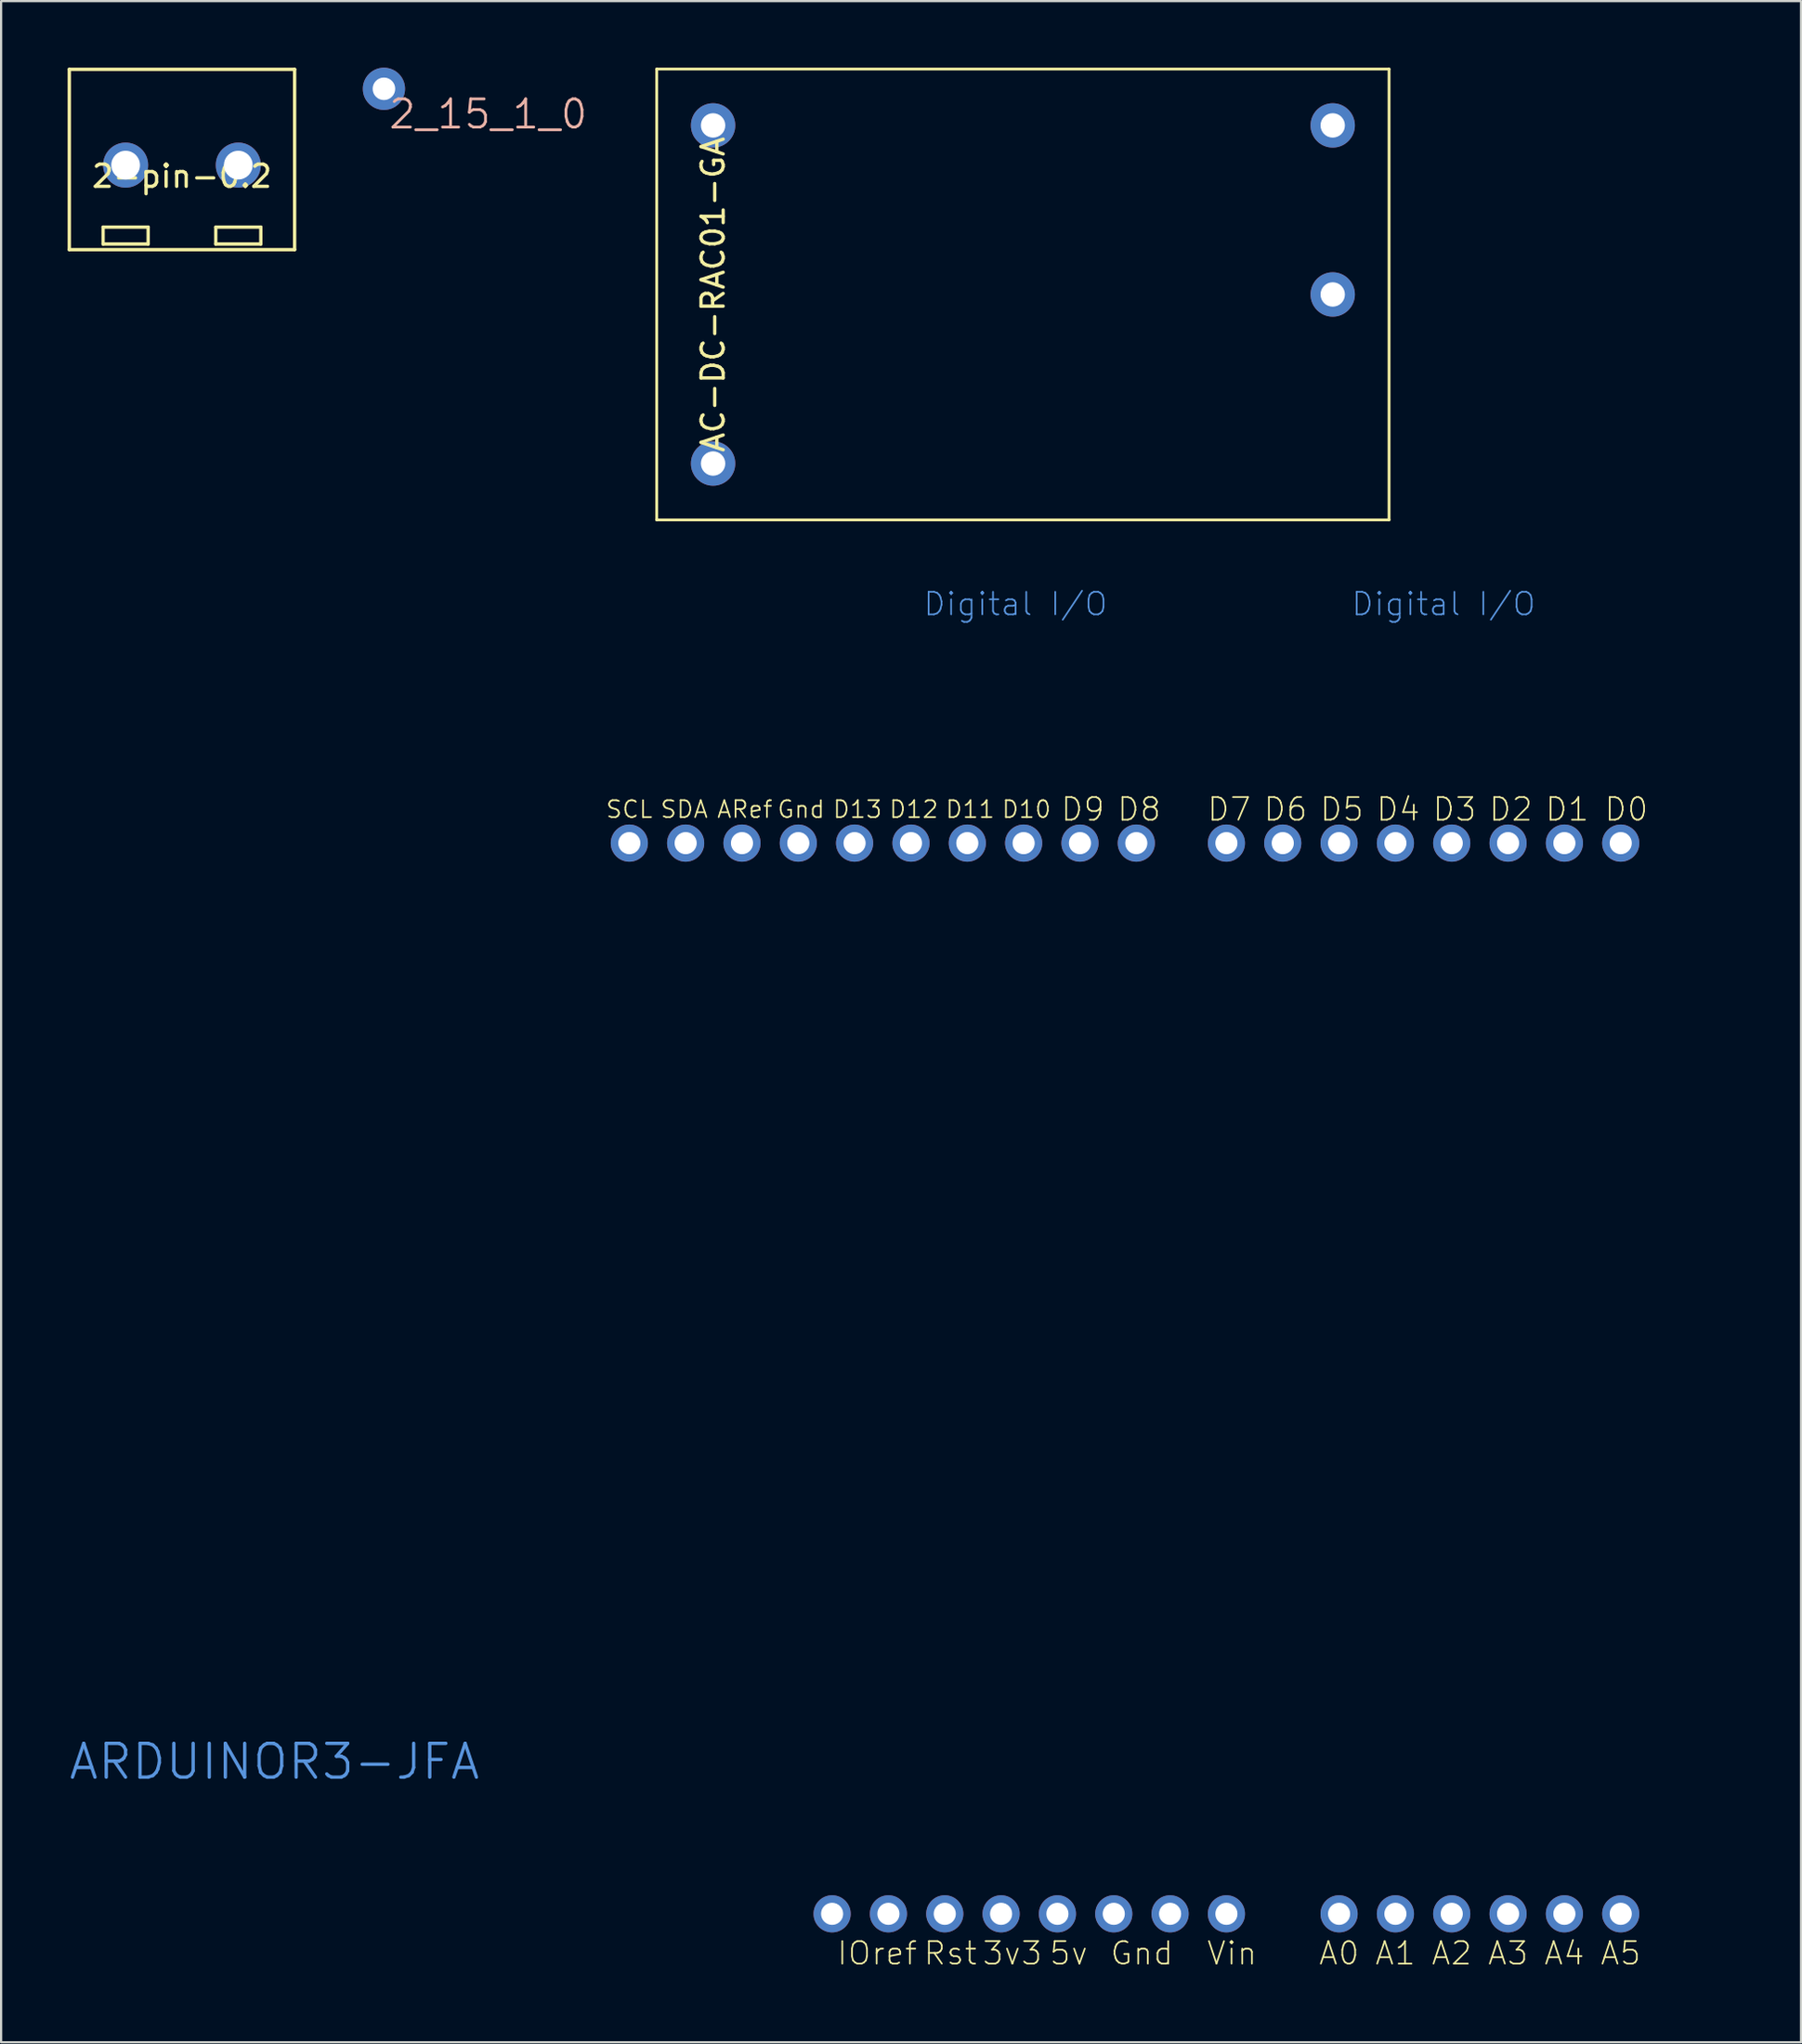
<source format=kicad_pcb>
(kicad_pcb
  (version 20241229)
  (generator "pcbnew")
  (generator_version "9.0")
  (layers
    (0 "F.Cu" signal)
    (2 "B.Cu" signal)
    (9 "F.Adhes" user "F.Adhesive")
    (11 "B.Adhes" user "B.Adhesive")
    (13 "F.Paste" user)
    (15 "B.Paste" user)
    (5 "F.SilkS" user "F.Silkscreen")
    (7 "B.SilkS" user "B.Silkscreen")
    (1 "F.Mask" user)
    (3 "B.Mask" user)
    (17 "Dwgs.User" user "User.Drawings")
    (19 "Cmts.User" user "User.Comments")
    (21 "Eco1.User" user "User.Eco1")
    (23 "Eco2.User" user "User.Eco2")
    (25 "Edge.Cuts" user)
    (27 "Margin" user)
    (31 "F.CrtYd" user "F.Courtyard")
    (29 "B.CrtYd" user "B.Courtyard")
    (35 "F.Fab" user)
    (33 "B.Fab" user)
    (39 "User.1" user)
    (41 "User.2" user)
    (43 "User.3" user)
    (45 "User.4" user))
  (footprint "AC-DC-RAC01-GA"
    (layer "F.Cu")
    (at 29.104 17.843)
    (property "Reference" "AC-DC-RAC01-GA" (at 0 -7.62 90) (layer "F.SilkS") (effects (font (size 1 1) (thickness 0.15))))
    (attr through_hole)
    (fp_line (start -2.54 -17.78) (end 30.48 -17.78) (stroke (width 0.127) (type solid)) (layer "F.SilkS"))
    (fp_line (start -2.54 2.54) (end -2.54 -17.78) (stroke (width 0.127) (type solid)) (layer "F.SilkS"))
    (fp_line (start 30.48 -17.78) (end 30.48 2.54) (stroke (width 0.127) (type solid)) (layer "F.SilkS"))
    (fp_line (start 30.48 2.54) (end -2.54 2.54) (stroke (width 0.127) (type solid)) (layer "F.SilkS"))
    (pad "1" thru_hole circle (at 0 0) (size 2 2) (drill 1.1) (layers "*.Cu" "*.Mask"))
    (pad "2" thru_hole circle (at 0 -15.24) (size 2 2) (drill 1.1) (layers "*.Cu" "*.Mask"))
    (pad "3" thru_hole circle (at 27.94 -15.24) (size 2 2) (drill 1.1) (layers "*.Cu" "*.Mask"))
    (pad "4" thru_hole circle (at 27.94 -7.62) (size 2 2) (drill 1.1) (layers "*.Cu" "*.Mask")))
  (footprint "ARDUINOR3-JFA"
    (layer "F.Cu")
    (at 6.531 85.753)
    (property "Reference" "ARDUINOR3-JFA" (at 2.794 -9.398 0) (layer "Cmts.User") (effects (font (size 1.524 1.524) (thickness 0.15))))
    (attr exclude_from_pos_files exclude_from_bom)
    (fp_line (start 0 -53.34) (end 0 0) (stroke (width 0.1) (type solid)) (layer "Eco2.User"))
    (fp_line (start 0 -53.34) (end 63.5 -53.34) (stroke (width 0.127) (type solid)) (layer "Eco2.User"))
    (fp_line (start 0 0) (end 66.04 0) (stroke (width 0.127) (type solid)) (layer "Eco2.User"))
    (fp_line (start 63.5 -53.34) (end 64.516 -53.34) (stroke (width 0.127) (type solid)) (layer "Eco2.User"))
    (fp_line (start 66.04 -51.816) (end 64.516 -53.34) (stroke (width 0.1) (type solid)) (layer "Eco2.User"))
    (fp_line (start 66.04 -40.386) (end 66.04 -51.816) (stroke (width 0.1) (type solid)) (layer "Eco2.User"))
    (fp_line (start 66.04 -2.54) (end 68.58 -5.08) (stroke (width 0.1) (type solid)) (layer "Eco2.User"))
    (fp_line (start 66.04 0) (end 66.04 -2.54) (stroke (width 0.1) (type solid)) (layer "Eco2.User"))
    (fp_line (start 68.58 -37.846) (end 66.04 -40.386) (stroke (width 0.1) (type solid)) (layer "Eco2.User"))
    (fp_line (start 68.58 -5.08) (end 68.58 -37.846) (stroke (width 0.1) (type solid)) (layer "Eco2.User"))
    (fp_text user "5v" (at 38.608 -0.762 0) (layer "F.SilkS") (effects (font (size 1.016 1.016) (thickness 0.076))))
    (fp_text user "D11" (at 34.163 -52.324 0) (layer "F.SilkS") (effects (font (size 0.762 0.762) (thickness 0.076))))
    (fp_text user "D6" (at 48.387 -52.324 0) (layer "F.SilkS") (effects (font (size 1.016 1.016) (thickness 0.076))))
    (fp_text user "D5" (at 50.927 -52.324 0) (layer "F.SilkS") (effects (font (size 1.016 1.016) (thickness 0.076))))
    (fp_text user "SDA" (at 21.273 -52.324 0) (layer "F.SilkS") (effects (font (size 0.762 0.762) (thickness 0.076))))
    (fp_text user "A0" (at 50.8 -0.762 0) (layer "F.SilkS") (effects (font (size 1.016 1.016) (thickness 0.076))))
    (fp_text user "D10" (at 36.703 -52.324 0) (layer "F.SilkS") (effects (font (size 0.762 0.762) (thickness 0.076))))
    (fp_text user "A5" (at 63.5 -0.762 0) (layer "F.SilkS") (effects (font (size 1.016 1.016) (thickness 0.076))))
    (fp_text user "D12" (at 31.623 -52.324 0) (layer "F.SilkS") (effects (font (size 0.762 0.762) (thickness 0.076))))
    (fp_text user "D8" (at 41.783 -52.324 0) (layer "F.SilkS") (effects (font (size 1.016 1.016) (thickness 0.076))))
    (fp_text user "ARef" (at 24.003 -52.324 0) (layer "F.SilkS") (effects (font (size 0.762 0.762) (thickness 0.076))))
    (fp_text user "Vin" (at 45.974 -0.762 0) (layer "F.SilkS") (effects (font (size 1.016 1.016) (thickness 0.076))))
    (fp_text user "D7" (at 45.847 -52.324 0) (layer "F.SilkS") (effects (font (size 1.016 1.016) (thickness 0.076))))
    (fp_text user "D4" (at 53.467 -52.324 0) (layer "F.SilkS") (effects (font (size 1.016 1.016) (thickness 0.076))))
    (fp_text user "D13" (at 29.083 -52.324 0) (layer "F.SilkS") (effects (font (size 0.762 0.762) (thickness 0.076))))
    (fp_text user "D9" (at 39.243 -52.324 0) (layer "F.SilkS") (effects (font (size 1.016 1.016) (thickness 0.076))))
    (fp_text user "SCL" (at 18.796 -52.324 0) (layer "F.SilkS") (effects (font (size 0.762 0.762) (thickness 0.076))))
    (fp_text user "A3" (at 58.42 -0.762 0) (layer "F.SilkS") (effects (font (size 1.016 1.016) (thickness 0.076))))
    (fp_text user "D0" (at 63.754 -52.324 0) (layer "F.SilkS") (effects (font (size 1.016 1.016) (thickness 0.076))))
    (fp_text user "3v3" (at 36.068 -0.762 0) (layer "F.SilkS") (effects (font (size 1.016 1.016) (thickness 0.076))))
    (fp_text user "IOref" (at 29.972 -0.762 0) (layer "F.SilkS") (effects (font (size 1.016 1.016) (thickness 0.076))))
    (fp_text user "D1" (at 61.084 -52.324 0) (layer "F.SilkS") (effects (font (size 1.016 1.016) (thickness 0.076))))
    (fp_text user "Gnd" (at 26.543 -52.324 0) (layer "F.SilkS") (effects (font (size 0.762 0.762) (thickness 0.076))))
    (fp_text user "D3" (at 56.007 -52.324 0) (layer "F.SilkS") (effects (font (size 1.016 1.016) (thickness 0.076))))
    (fp_text user "Gnd" (at 41.91 -0.762 0) (layer "F.SilkS") (effects (font (size 1.016 1.016) (thickness 0.076))))
    (fp_text user "A1" (at 53.34 -0.762 0) (layer "F.SilkS") (effects (font (size 1.016 1.016) (thickness 0.076))))
    (fp_text user "Rst" (at 33.274 -0.762 0) (layer "F.SilkS") (effects (font (size 1.016 1.016) (thickness 0.076))))
    (fp_text user "A4" (at 60.96 -0.762 0) (layer "F.SilkS") (effects (font (size 1.016 1.016) (thickness 0.076))))
    (fp_text user "D2" (at 58.547 -52.324 0) (layer "F.SilkS") (effects (font (size 1.016 1.016) (thickness 0.076))))
    (fp_text user "A2" (at 55.88 -0.762 0) (layer "F.SilkS") (effects (font (size 1.016 1.016) (thickness 0.076))))
    (fp_text user "Digital I/O" (at 55.515 -61.578 0) (layer "Cmts.User") (effects (font (size 1.016 1.016) (thickness 0.076))))
    (fp_text user "Digital I/O" (at 36.211 -61.578 0) (layer "Cmts.User") (effects (font (size 1.016 1.016) (thickness 0.076))))
    (pad "3V" thru_hole circle (at 35.56 -2.54) (size 1.676 1.676) (drill 0.998) (layers "*.Cu" "*.Mask"))
    (pad "5V" thru_hole circle (at 38.1 -2.54) (size 1.676 1.676) (drill 0.998) (layers "*.Cu" "*.Mask"))
    (pad "A0" thru_hole circle (at 50.8 -2.54) (size 1.676 1.676) (drill 0.998) (layers "*.Cu" "*.Mask"))
    (pad "A1" thru_hole circle (at 53.34 -2.54) (size 1.676 1.676) (drill 0.998) (layers "*.Cu" "*.Mask"))
    (pad "A2" thru_hole circle (at 55.88 -2.54) (size 1.676 1.676) (drill 0.998) (layers "*.Cu" "*.Mask"))
    (pad "A3" thru_hole circle (at 58.42 -2.54) (size 1.676 1.676) (drill 0.998) (layers "*.Cu" "*.Mask"))
    (pad "A4" thru_hole circle (at 60.96 -2.54) (size 1.676 1.676) (drill 0.998) (layers "*.Cu" "*.Mask"))
    (pad "A5" thru_hole circle (at 63.5 -2.54) (size 1.676 1.676) (drill 0.998) (layers "*.Cu" "*.Mask"))
    (pad "AREF" thru_hole circle (at 23.876 -50.8) (size 1.676 1.676) (drill 0.998) (layers "*.Cu" "*.Mask"))
    (pad "D0" thru_hole circle (at 63.5 -50.8) (size 1.676 1.676) (drill 0.998) (layers "*.Cu" "*.Mask"))
    (pad "D1" thru_hole circle (at 60.96 -50.8) (size 1.676 1.676) (drill 0.998) (layers "*.Cu" "*.Mask"))
    (pad "D2" thru_hole circle (at 58.42 -50.8) (size 1.676 1.676) (drill 0.998) (layers "*.Cu" "*.Mask"))
    (pad "D3" thru_hole circle (at 55.88 -50.8) (size 1.676 1.676) (drill 0.998) (layers "*.Cu" "*.Mask"))
    (pad "D4" thru_hole circle (at 53.34 -50.8) (size 1.676 1.676) (drill 0.998) (layers "*.Cu" "*.Mask"))
    (pad "D5" thru_hole circle (at 50.8 -50.8) (size 1.676 1.676) (drill 0.998) (layers "*.Cu" "*.Mask"))
    (pad "D6" thru_hole circle (at 48.26 -50.8) (size 1.676 1.676) (drill 0.998) (layers "*.Cu" "*.Mask"))
    (pad "D7" thru_hole circle (at 45.72 -50.8) (size 1.676 1.676) (drill 0.998) (layers "*.Cu" "*.Mask"))
    (pad "D8" thru_hole circle (at 41.656 -50.8) (size 1.676 1.676) (drill 0.998) (layers "*.Cu" "*.Mask"))
    (pad "D9" thru_hole circle (at 39.116 -50.8) (size 1.676 1.676) (drill 0.998) (layers "*.Cu" "*.Mask"))
    (pad "D10" thru_hole circle (at 36.576 -50.8) (size 1.676 1.676) (drill 0.998) (layers "*.Cu" "*.Mask"))
    (pad "D11" thru_hole circle (at 34.036 -50.8) (size 1.676 1.676) (drill 0.998) (layers "*.Cu" "*.Mask"))
    (pad "D12" thru_hole circle (at 31.496 -50.8) (size 1.676 1.676) (drill 0.998) (layers "*.Cu" "*.Mask"))
    (pad "D13" thru_hole circle (at 28.953 -50.8) (size 1.676 1.676) (drill 0.998) (layers "*.Cu" "*.Mask"))
    (pad "GND" thru_hole circle (at 26.416 -50.8) (size 1.676 1.676) (drill 0.998) (layers "*.Cu" "*.Mask"))
    (pad "GND1" thru_hole circle (at 43.18 -2.54) (size 1.676 1.676) (drill 0.998) (layers "*.Cu" "*.Mask"))
    (pad "GND2" thru_hole circle (at 40.64 -2.54) (size 1.676 1.676) (drill 0.998) (layers "*.Cu" "*.Mask"))
    (pad "IORE" thru_hole circle (at 30.48 -2.54) (size 1.676 1.676) (drill 0.998) (layers "*.Cu" "*.Mask"))
    (pad "NC" thru_hole circle (at 27.94 -2.54) (size 1.676 1.676) (drill 0.998) (layers "*.Cu" "*.Mask"))
    (pad "RESE" thru_hole circle (at 33.02 -2.54) (size 1.676 1.676) (drill 0.998) (layers "*.Cu" "*.Mask"))
    (pad "SCL" thru_hole circle (at 18.796 -50.8) (size 1.676 1.676) (drill 0.998) (layers "*.Cu" "*.Mask"))
    (pad "SDA" thru_hole circle (at 21.336 -50.8) (size 1.676 1.676) (drill 0.998) (layers "*.Cu" "*.Mask"))
    (pad "VIN" thru_hole circle (at 45.72 -2.54) (size 1.676 1.676) (drill 0.998) (layers "*.Cu" "*.Mask")))
  (footprint "2-pin-0.2"
    (layer "F.Cu")
    (at 5.155 4.393)
    (property "Reference" "2-pin-0.2" (at 0 0.5 0) (layer "F.SilkS") (effects (font (size 1 1) (thickness 0.15))))
    (attr through_hole)
    (fp_line (start -5.08 -4.318) (end 5.08 -4.318) (stroke (width 0.15) (type solid)) (layer "F.SilkS"))
    (fp_line (start -5.08 3.81) (end -5.08 -4.318) (stroke (width 0.15) (type solid)) (layer "F.SilkS"))
    (fp_line (start -3.556 2.794) (end -1.524 2.794) (stroke (width 0.15) (type solid)) (layer "F.SilkS"))
    (fp_line (start -3.556 3.556) (end -3.556 2.794) (stroke (width 0.15) (type solid)) (layer "F.SilkS"))
    (fp_line (start -3.556 3.556) (end -1.524 3.556) (stroke (width 0.15) (type solid)) (layer "F.SilkS"))
    (fp_line (start -1.524 2.794) (end -1.524 3.556) (stroke (width 0.15) (type solid)) (layer "F.SilkS"))
    (fp_line (start 1.524 2.794) (end 3.556 2.794) (stroke (width 0.15) (type solid)) (layer "F.SilkS"))
    (fp_line (start 1.524 3.556) (end 1.524 2.794) (stroke (width 0.15) (type solid)) (layer "F.SilkS"))
    (fp_line (start 3.556 3.556) (end 1.524 3.556) (stroke (width 0.15) (type solid)) (layer "F.SilkS"))
    (fp_line (start 3.556 3.556) (end 3.556 2.794) (stroke (width 0.15) (type solid)) (layer "F.SilkS"))
    (fp_line (start 5.08 -4.318) (end 5.08 3.81) (stroke (width 0.15) (type solid)) (layer "F.SilkS"))
    (fp_line (start 5.08 3.81) (end -5.08 3.81) (stroke (width 0.15) (type solid)) (layer "F.SilkS"))
    (pad "1" thru_hole circle (at -2.54 0) (size 2.032 2.032) (drill 1.295) (layers "*.Cu" "*.Mask"))
    (pad "2" thru_hole circle (at 2.54 0) (size 2.032 2.032) (drill 1.295) (layers "*.Cu" "*.Mask")))
  (footprint "2_15_1_0"
    (layer "F.Cu")
    (at 14.262 0.953)
    (property "Reference" "2_15_1_0" (at 4.699 1.143 0) (layer "B.SilkS") (effects (font (size 1.27 1.27) (thickness 0.127))))
    (attr exclude_from_pos_files exclude_from_bom)
    (pad "1" thru_hole circle (at 0 0) (size 1.905 1.905) (drill 1.016) (layers "*.Cu" "*.Mask")))
  (gr_rect
    (start -3 -3)
    (end 78.161 89.003)
    (stroke (width 0.1) (type default))
    (fill no)
    (layer "Edge.Cuts")))
</source>
